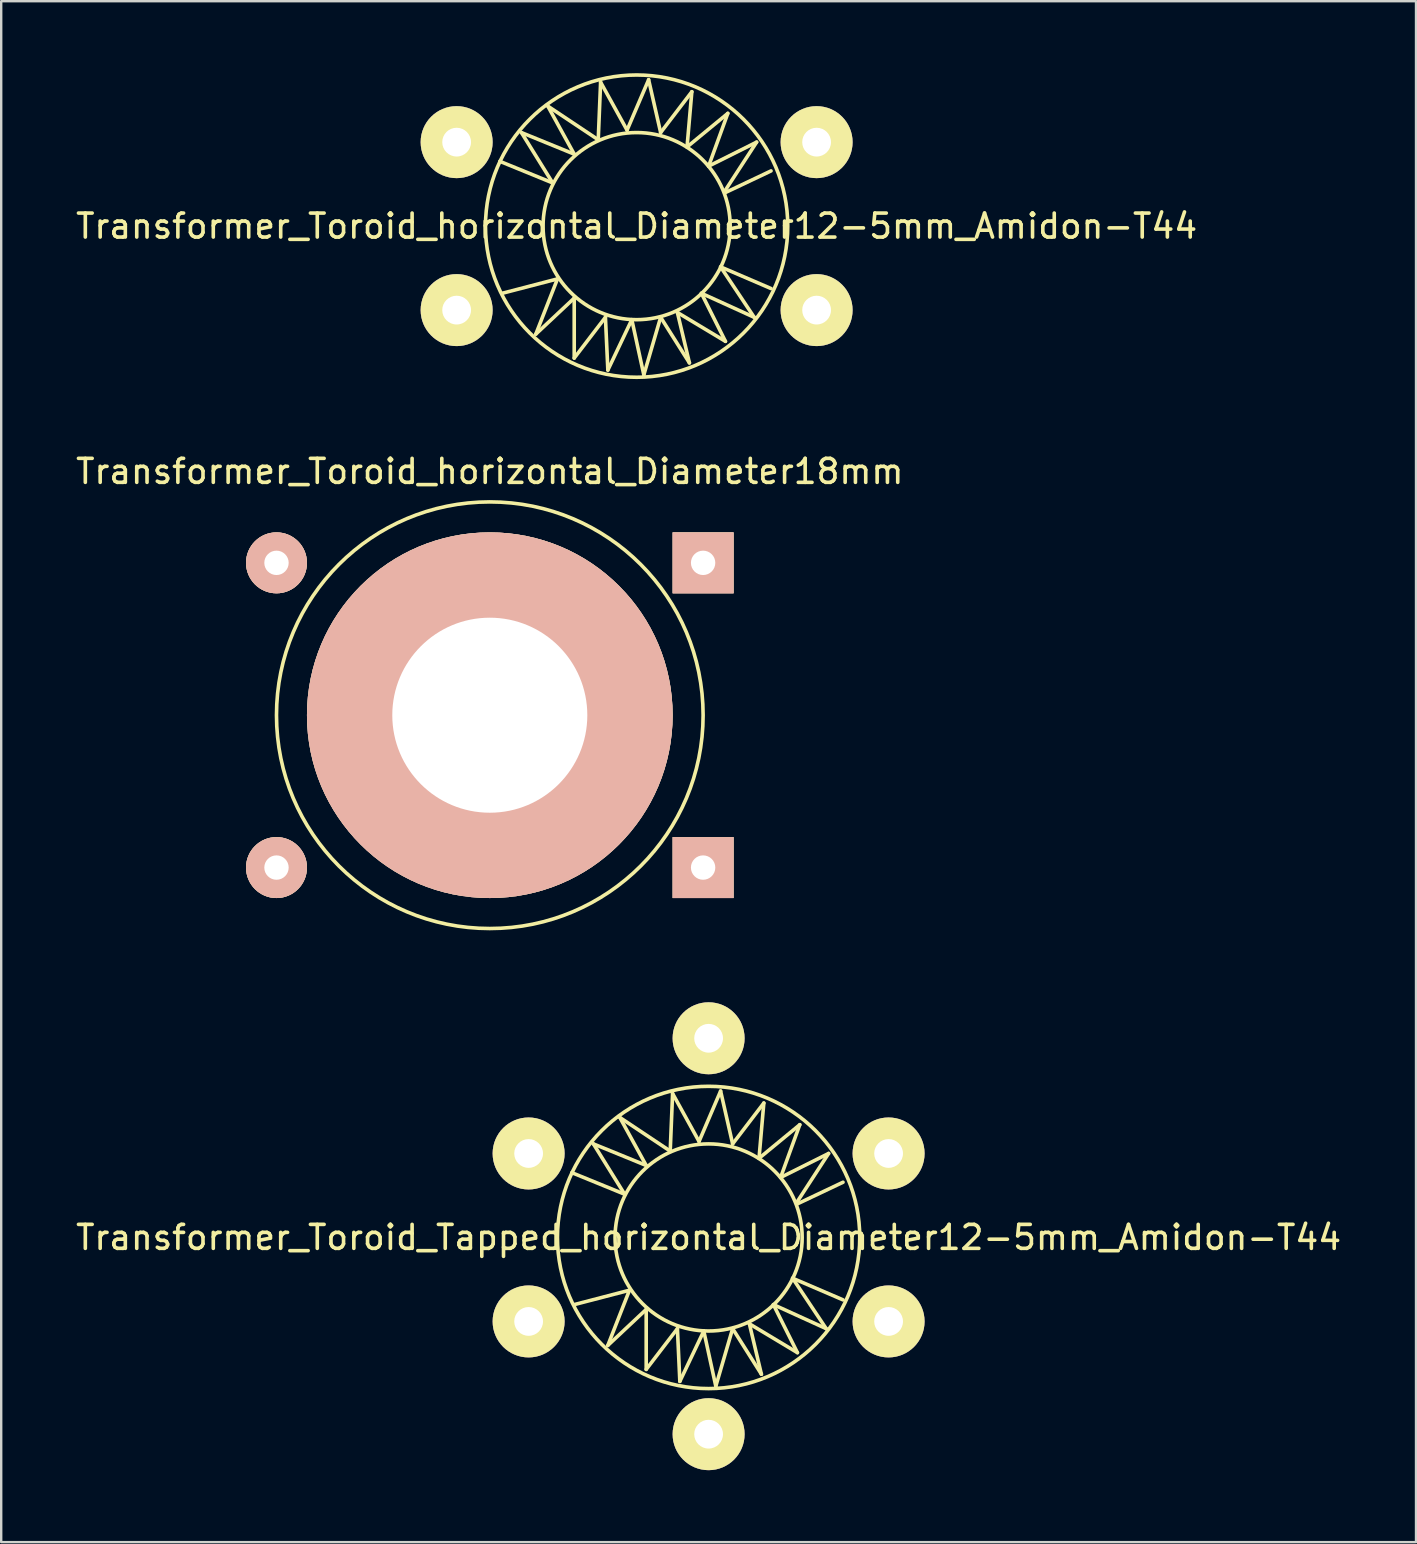
<source format=kicad_pcb>
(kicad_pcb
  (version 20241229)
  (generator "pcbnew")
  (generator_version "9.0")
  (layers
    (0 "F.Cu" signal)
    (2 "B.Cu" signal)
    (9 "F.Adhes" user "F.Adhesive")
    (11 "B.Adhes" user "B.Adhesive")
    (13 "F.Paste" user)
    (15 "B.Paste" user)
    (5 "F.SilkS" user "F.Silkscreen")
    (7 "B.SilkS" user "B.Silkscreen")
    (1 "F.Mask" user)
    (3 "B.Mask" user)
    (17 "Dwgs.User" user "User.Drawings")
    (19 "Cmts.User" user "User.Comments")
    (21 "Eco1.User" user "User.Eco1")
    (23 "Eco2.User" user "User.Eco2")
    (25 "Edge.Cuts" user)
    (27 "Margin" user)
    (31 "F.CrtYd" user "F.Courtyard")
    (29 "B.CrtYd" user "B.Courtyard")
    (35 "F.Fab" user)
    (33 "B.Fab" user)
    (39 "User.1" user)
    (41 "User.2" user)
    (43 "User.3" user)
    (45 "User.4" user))
  (footprint "Transformer_Toroid_horizontal_Diameter12-5mm_Amidon-T44"
    (layer "F.Cu")
    (at 23.482 6.374)
    (property "Reference" "Transformer_Toroid_horizontal_Diameter12-5mm_Amidon-T44" (at 0 0 0) (layer "F.SilkS") (effects (font (size 1 1) (thickness 0.15))))
    (attr through_hole)
    (fp_line (start -5.7 -2.7) (end -3.5 -1.801) (stroke (width 0.15) (type solid)) (layer "F.SilkS"))
    (fp_line (start -5.601 2.799) (end -3.299 2.2) (stroke (width 0.15) (type solid)) (layer "F.SilkS"))
    (fp_line (start -4.801 -3.899) (end -2.601 -3) (stroke (width 0.15) (type solid)) (layer "F.SilkS"))
    (fp_line (start -4.201 4.501) (end -2.601 3) (stroke (width 0.15) (type solid)) (layer "F.SilkS"))
    (fp_line (start -3.701 -5.001) (end -1.6 -3.599) (stroke (width 0.15) (type solid)) (layer "F.SilkS"))
    (fp_line (start -3.5 -1.801) (end -4.801 -3.899) (stroke (width 0.15) (type solid)) (layer "F.SilkS"))
    (fp_line (start -3.299 2.2) (end -4.201 4.501) (stroke (width 0.15) (type solid)) (layer "F.SilkS"))
    (fp_line (start -2.601 -3) (end -3.701 -5.001) (stroke (width 0.15) (type solid)) (layer "F.SilkS"))
    (fp_line (start -2.601 3) (end -2.601 5.499) (stroke (width 0.15) (type solid)) (layer "F.SilkS"))
    (fp_line (start -2.601 5.499) (end -1.3 3.8) (stroke (width 0.15) (type solid)) (layer "F.SilkS"))
    (fp_line (start -1.6 -3.599) (end -1.501 -5.999) (stroke (width 0.15) (type solid)) (layer "F.SilkS"))
    (fp_line (start -1.501 -5.999) (end -0.399 -4) (stroke (width 0.15) (type solid)) (layer "F.SilkS"))
    (fp_line (start -1.3 3.8) (end -1.199 5.999) (stroke (width 0.15) (type solid)) (layer "F.SilkS"))
    (fp_line (start -1.199 5.999) (end -0.201 3.899) (stroke (width 0.15) (type solid)) (layer "F.SilkS"))
    (fp_line (start -0.399 -4) (end 0.5 -6.101) (stroke (width 0.15) (type solid)) (layer "F.SilkS"))
    (fp_line (start -0.201 3.899) (end 0.3 6.2) (stroke (width 0.15) (type solid)) (layer "F.SilkS"))
    (fp_line (start 0.3 6.2) (end 1.001 3.8) (stroke (width 0.15) (type solid)) (layer "F.SilkS"))
    (fp_line (start 0.5 -6.101) (end 1.001 -3.899) (stroke (width 0.15) (type solid)) (layer "F.SilkS"))
    (fp_line (start 1.001 -3.899) (end 2.301 -5.601) (stroke (width 0.15) (type solid)) (layer "F.SilkS"))
    (fp_line (start 1.001 3.8) (end 2.2 5.7) (stroke (width 0.15) (type solid)) (layer "F.SilkS"))
    (fp_line (start 1.699 3.599) (end 3.701 4.801) (stroke (width 0.15) (type solid)) (layer "F.SilkS"))
    (fp_line (start 2.101 -3.299) (end 3.8 -4.699) (stroke (width 0.15) (type solid)) (layer "F.SilkS"))
    (fp_line (start 2.2 5.7) (end 1.699 3.599) (stroke (width 0.15) (type solid)) (layer "F.SilkS"))
    (fp_line (start 2.301 -5.601) (end 2.101 -3.299) (stroke (width 0.15) (type solid)) (layer "F.SilkS"))
    (fp_line (start 2.7 2.799) (end 4.9 3.8) (stroke (width 0.15) (type solid)) (layer "F.SilkS"))
    (fp_line (start 3 -2.499) (end 5.001 -3.5) (stroke (width 0.15) (type solid)) (layer "F.SilkS"))
    (fp_line (start 3.5 1.699) (end 5.601 2.601) (stroke (width 0.15) (type solid)) (layer "F.SilkS"))
    (fp_line (start 3.701 -1.4) (end 5.601 -2.301) (stroke (width 0.15) (type solid)) (layer "F.SilkS"))
    (fp_line (start 3.701 4.801) (end 2.7 2.799) (stroke (width 0.15) (type solid)) (layer "F.SilkS"))
    (fp_line (start 3.8 -4.699) (end 3 -2.499) (stroke (width 0.15) (type solid)) (layer "F.SilkS"))
    (fp_line (start 4.9 3.8) (end 3.5 1.699) (stroke (width 0.15) (type solid)) (layer "F.SilkS"))
    (fp_line (start 5.001 -3.5) (end 3.701 -1.501) (stroke (width 0.15) (type solid)) (layer "F.SilkS"))
    (fp_circle (center 0 0) (end 3.899 0) (stroke (width 0.15) (type solid)) (fill no) (layer "F.SilkS"))
    (fp_circle (center 0 0) (end 6.299 0) (stroke (width 0.15) (type solid)) (fill no) (layer "F.SilkS"))
    (pad "1" thru_hole circle (at -7.501 3.5) (size 3 3) (drill 1.199) (layers "*.Cu" "*.Mask" "F.SilkS"))
    (pad "2" thru_hole circle (at 7.501 3.5) (size 3 3) (drill 1.199) (layers "*.Cu" "*.Mask" "F.SilkS"))
    (pad "3" thru_hole circle (at -7.501 -3.5) (size 3 3) (drill 1.199) (layers "*.Cu" "*.Mask" "F.SilkS"))
    (pad "4" thru_hole circle (at 7.501 -3.5) (size 3 3) (drill 1.199) (layers "*.Cu" "*.Mask" "F.SilkS")))
  (footprint "Transformer_Toroid_Tapped_horizontal_Diameter12-5mm_Amidon-T44"
    (layer "F.Cu")
    (at 26.482 48.522)
    (property "Reference" "Transformer_Toroid_Tapped_horizontal_Diameter12-5mm_Amidon-T44" (at 0 0 0) (layer "F.SilkS") (effects (font (size 1 1) (thickness 0.15))))
    (attr through_hole)
    (fp_line (start -5.7 -2.7) (end -3.5 -1.801) (stroke (width 0.15) (type solid)) (layer "F.SilkS"))
    (fp_line (start -5.601 2.799) (end -3.299 2.2) (stroke (width 0.15) (type solid)) (layer "F.SilkS"))
    (fp_line (start -4.801 -3.899) (end -2.601 -3) (stroke (width 0.15) (type solid)) (layer "F.SilkS"))
    (fp_line (start -4.201 4.501) (end -2.601 3) (stroke (width 0.15) (type solid)) (layer "F.SilkS"))
    (fp_line (start -3.701 -5.001) (end -1.6 -3.599) (stroke (width 0.15) (type solid)) (layer "F.SilkS"))
    (fp_line (start -3.5 -1.801) (end -4.801 -3.899) (stroke (width 0.15) (type solid)) (layer "F.SilkS"))
    (fp_line (start -3.299 2.2) (end -4.201 4.501) (stroke (width 0.15) (type solid)) (layer "F.SilkS"))
    (fp_line (start -2.601 -3) (end -3.701 -5.001) (stroke (width 0.15) (type solid)) (layer "F.SilkS"))
    (fp_line (start -2.601 3) (end -2.601 5.499) (stroke (width 0.15) (type solid)) (layer "F.SilkS"))
    (fp_line (start -2.601 5.499) (end -1.3 3.8) (stroke (width 0.15) (type solid)) (layer "F.SilkS"))
    (fp_line (start -1.6 -3.599) (end -1.501 -5.999) (stroke (width 0.15) (type solid)) (layer "F.SilkS"))
    (fp_line (start -1.501 -5.999) (end -0.399 -4) (stroke (width 0.15) (type solid)) (layer "F.SilkS"))
    (fp_line (start -1.3 3.8) (end -1.199 5.999) (stroke (width 0.15) (type solid)) (layer "F.SilkS"))
    (fp_line (start -1.199 5.999) (end -0.201 3.899) (stroke (width 0.15) (type solid)) (layer "F.SilkS"))
    (fp_line (start -0.399 -4) (end 0.5 -6.101) (stroke (width 0.15) (type solid)) (layer "F.SilkS"))
    (fp_line (start -0.201 3.899) (end 0.3 6.2) (stroke (width 0.15) (type solid)) (layer "F.SilkS"))
    (fp_line (start 0.3 6.2) (end 1.001 3.8) (stroke (width 0.15) (type solid)) (layer "F.SilkS"))
    (fp_line (start 0.5 -6.101) (end 1.001 -3.899) (stroke (width 0.15) (type solid)) (layer "F.SilkS"))
    (fp_line (start 1.001 -3.899) (end 2.301 -5.601) (stroke (width 0.15) (type solid)) (layer "F.SilkS"))
    (fp_line (start 1.001 3.8) (end 2.2 5.7) (stroke (width 0.15) (type solid)) (layer "F.SilkS"))
    (fp_line (start 1.699 3.599) (end 3.701 4.801) (stroke (width 0.15) (type solid)) (layer "F.SilkS"))
    (fp_line (start 2.101 -3.299) (end 3.8 -4.699) (stroke (width 0.15) (type solid)) (layer "F.SilkS"))
    (fp_line (start 2.2 5.7) (end 1.699 3.599) (stroke (width 0.15) (type solid)) (layer "F.SilkS"))
    (fp_line (start 2.301 -5.601) (end 2.101 -3.299) (stroke (width 0.15) (type solid)) (layer "F.SilkS"))
    (fp_line (start 2.7 2.799) (end 4.9 3.8) (stroke (width 0.15) (type solid)) (layer "F.SilkS"))
    (fp_line (start 3 -2.499) (end 5.001 -3.5) (stroke (width 0.15) (type solid)) (layer "F.SilkS"))
    (fp_line (start 3.5 1.699) (end 5.601 2.601) (stroke (width 0.15) (type solid)) (layer "F.SilkS"))
    (fp_line (start 3.701 -1.4) (end 5.601 -2.301) (stroke (width 0.15) (type solid)) (layer "F.SilkS"))
    (fp_line (start 3.701 4.801) (end 2.7 2.799) (stroke (width 0.15) (type solid)) (layer "F.SilkS"))
    (fp_line (start 3.8 -4.699) (end 3 -2.499) (stroke (width 0.15) (type solid)) (layer "F.SilkS"))
    (fp_line (start 4.9 3.8) (end 3.5 1.699) (stroke (width 0.15) (type solid)) (layer "F.SilkS"))
    (fp_line (start 5.001 -3.5) (end 3.701 -1.501) (stroke (width 0.15) (type solid)) (layer "F.SilkS"))
    (fp_circle (center 0 0) (end 3.899 0) (stroke (width 0.15) (type solid)) (fill no) (layer "F.SilkS"))
    (fp_circle (center 0 0) (end 6.299 0) (stroke (width 0.15) (type solid)) (fill no) (layer "F.SilkS"))
    (pad "1" thru_hole circle (at -7.501 3.5) (size 3 3) (drill 1.199) (layers "*.Cu" "*.Mask" "F.SilkS"))
    (pad "2" thru_hole circle (at 0 8.199) (size 3 3) (drill 1.199) (layers "*.Cu" "*.Mask" "F.SilkS"))
    (pad "3" thru_hole circle (at 7.501 3.5) (size 3 3) (drill 1.199) (layers "*.Cu" "*.Mask" "F.SilkS"))
    (pad "4" thru_hole circle (at -7.501 -3.5) (size 3 3) (drill 1.199) (layers "*.Cu" "*.Mask" "F.SilkS"))
    (pad "5" thru_hole circle (at 0 -8.301) (size 3 3) (drill 1.199) (layers "*.Cu" "*.Mask" "F.SilkS"))
    (pad "6" thru_hole circle (at 7.501 -3.5) (size 3 3) (drill 1.199) (layers "*.Cu" "*.Mask" "F.SilkS")))
  (footprint "Transformer_Toroid_horizontal_Diameter18mm"
    (layer "F.Cu")
    (at 17.363 26.757)
    (property "Reference" "Transformer_Toroid_horizontal_Diameter18mm" (at 0 -10.16 0) (layer "F.SilkS") (effects (font (size 1 1) (thickness 0.15))))
    (attr through_hole)
    (fp_circle (center 0 0) (end 8.89 0) (stroke (width 0.15) (type solid)) (fill no) (layer "F.SilkS"))
    (pad "" thru_hole circle (at 0 0) (size 15.24 15.24) (drill 8.128) (layers "*.Cu" "*.SilkS" "*.Mask"))
    (pad "1" thru_hole circle (at -8.89 -6.35) (size 2.54 2.54) (drill 1.016) (layers "*.Cu" "*.SilkS" "*.Mask"))
    (pad "2" thru_hole circle (at -8.89 6.35) (size 2.54 2.54) (drill 1.016) (layers "*.Cu" "*.SilkS" "*.Mask"))
    (pad "3" thru_hole rect (at 8.89 -6.35) (size 2.54 2.54) (drill 1.016) (layers "*.Cu" "*.SilkS" "*.Mask"))
    (pad "4" thru_hole rect (at 8.89 6.35) (size 2.54 2.54) (drill 1.016) (layers "*.Cu" "*.SilkS" "*.Mask")))
  (gr_rect
    (start -3 -3)
    (end 55.964 61.221)
    (stroke (width 0.1) (type default))
    (fill no)
    (layer "Edge.Cuts")))
</source>
